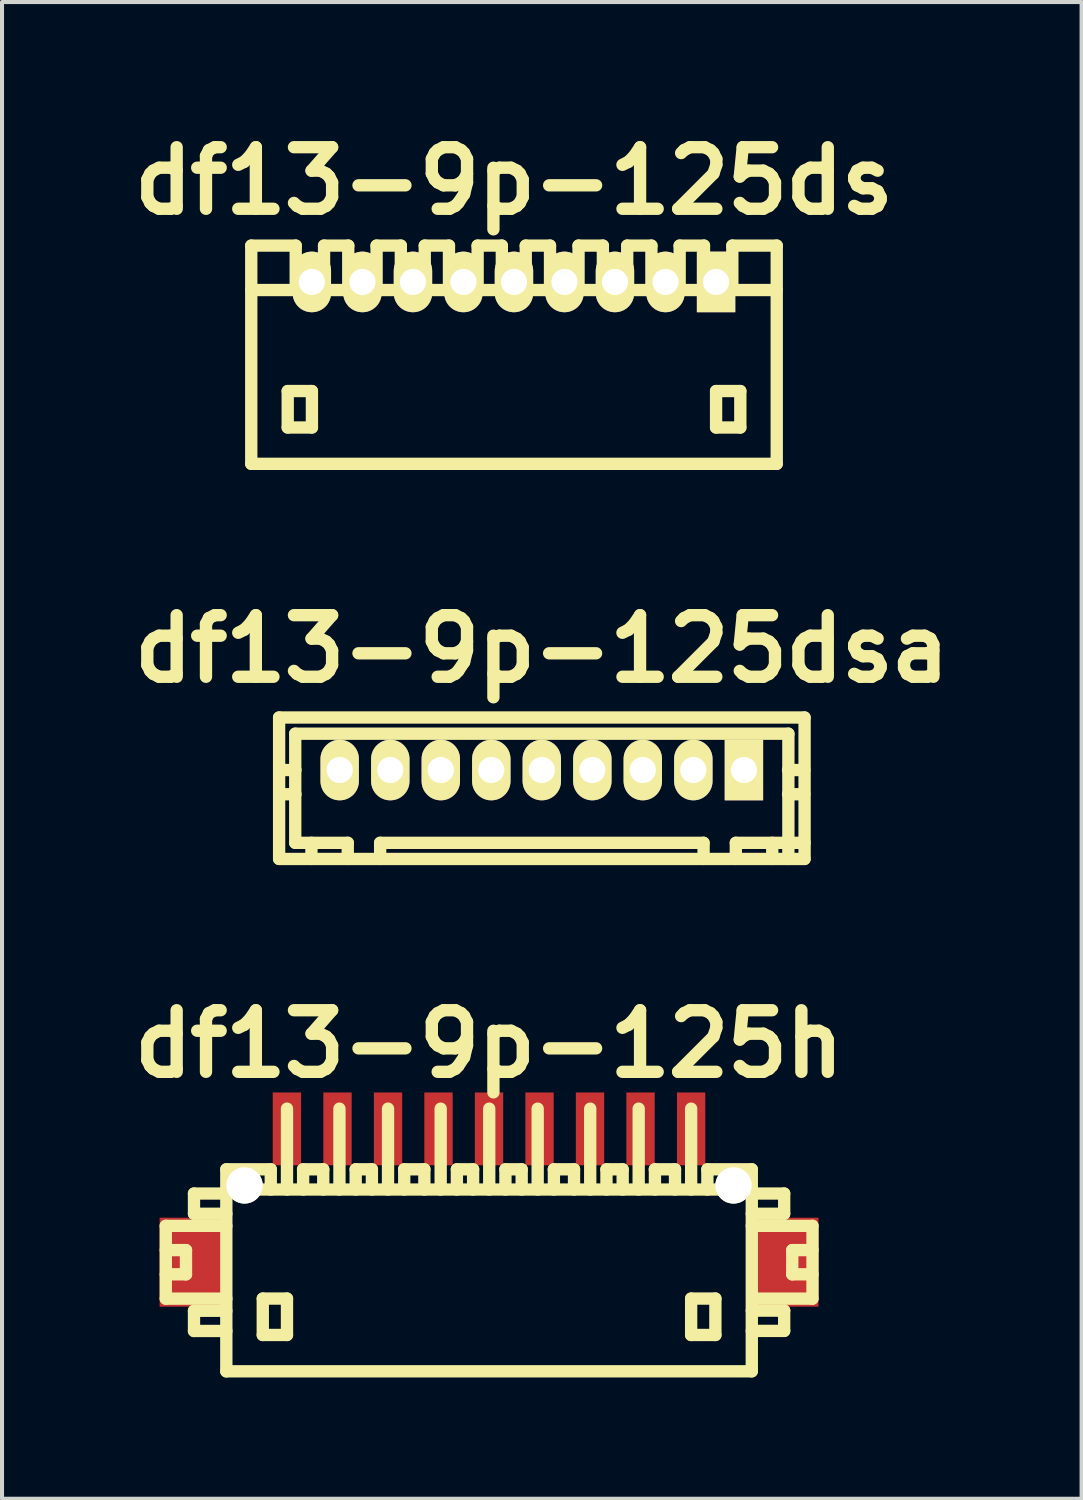
<source format=kicad_pcb>
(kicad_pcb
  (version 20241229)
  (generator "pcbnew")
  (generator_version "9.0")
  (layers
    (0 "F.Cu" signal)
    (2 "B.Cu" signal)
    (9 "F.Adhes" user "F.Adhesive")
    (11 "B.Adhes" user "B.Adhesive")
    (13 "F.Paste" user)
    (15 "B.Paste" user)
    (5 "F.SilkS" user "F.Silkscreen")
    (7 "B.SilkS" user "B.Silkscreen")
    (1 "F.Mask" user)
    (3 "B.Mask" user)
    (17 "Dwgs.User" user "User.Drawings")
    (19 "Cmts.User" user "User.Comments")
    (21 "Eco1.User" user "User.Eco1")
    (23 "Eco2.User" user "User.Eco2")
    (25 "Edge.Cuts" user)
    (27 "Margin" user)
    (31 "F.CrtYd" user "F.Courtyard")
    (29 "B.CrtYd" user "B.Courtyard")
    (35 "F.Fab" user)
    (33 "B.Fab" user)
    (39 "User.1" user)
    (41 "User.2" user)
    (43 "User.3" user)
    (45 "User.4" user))
  (footprint "df13-9p-125ds"
    (layer "F.Cu")
    (at 9.667 5.727)
    (property "Reference" "df13-9p-125ds" (at 0 -4.3 0) (layer "F.SilkS") (effects (font (size 1.524 1.524) (thickness 0.305))))
    (attr through_hole)
    (fp_line (start -6.5 -1.6) (end 6.5 -1.6) (stroke (width 0.305) (type solid)) (layer "F.SilkS"))
    (fp_line (start -6.5 2.7) (end -6.5 -2.7) (stroke (width 0.305) (type solid)) (layer "F.SilkS"))
    (fp_line (start -5.598 0.899) (end -5.598 1.801) (stroke (width 0.305) (type solid)) (layer "F.SilkS"))
    (fp_line (start -5.598 1.801) (end -4.999 1.801) (stroke (width 0.305) (type solid)) (layer "F.SilkS"))
    (fp_line (start -5.4 -2.7) (end -6.5 -2.7) (stroke (width 0.305) (type solid)) (layer "F.SilkS"))
    (fp_line (start -5.4 -1.6) (end -5.4 -2.7) (stroke (width 0.305) (type solid)) (layer "F.SilkS"))
    (fp_line (start -4.999 0.899) (end -5.598 0.899) (stroke (width 0.305) (type solid)) (layer "F.SilkS"))
    (fp_line (start -4.999 1.801) (end -4.999 0.899) (stroke (width 0.305) (type solid)) (layer "F.SilkS"))
    (fp_line (start -4.699 -2.7) (end -4.699 -1.6) (stroke (width 0.305) (type solid)) (layer "F.SilkS"))
    (fp_line (start -4.1 -2.7) (end -4.699 -2.7) (stroke (width 0.305) (type solid)) (layer "F.SilkS"))
    (fp_line (start -4.1 -2.7) (end -4.1 -1.6) (stroke (width 0.305) (type solid)) (layer "F.SilkS"))
    (fp_line (start -3.399 -2.7) (end -3.399 -1.6) (stroke (width 0.305) (type solid)) (layer "F.SilkS"))
    (fp_line (start -2.799 -2.7) (end -3.399 -2.7) (stroke (width 0.305) (type solid)) (layer "F.SilkS"))
    (fp_line (start -2.799 -1.6) (end -2.799 -2.7) (stroke (width 0.305) (type solid)) (layer "F.SilkS"))
    (fp_line (start -2.207 -1.6) (end -2.207 -2.7) (stroke (width 0.305) (type solid)) (layer "F.SilkS"))
    (fp_line (start -1.608 -2.7) (end -2.207 -2.7) (stroke (width 0.305) (type solid)) (layer "F.SilkS"))
    (fp_line (start -1.608 -1.6) (end -1.608 -2.7) (stroke (width 0.305) (type solid)) (layer "F.SilkS"))
    (fp_line (start -0.899 -2.7) (end -0.3 -2.7) (stroke (width 0.305) (type solid)) (layer "F.SilkS"))
    (fp_line (start -0.899 -1.6) (end -0.899 -2.7) (stroke (width 0.305) (type solid)) (layer "F.SilkS"))
    (fp_line (start -0.3 -2.7) (end -0.3 -1.6) (stroke (width 0.305) (type solid)) (layer "F.SilkS"))
    (fp_line (start 0.292 -2.7) (end 0.892 -2.7) (stroke (width 0.305) (type solid)) (layer "F.SilkS"))
    (fp_line (start 0.292 -1.6) (end 0.292 -2.7) (stroke (width 0.305) (type solid)) (layer "F.SilkS"))
    (fp_line (start 0.892 -2.7) (end 0.892 -1.6) (stroke (width 0.305) (type solid)) (layer "F.SilkS"))
    (fp_line (start 1.598 -2.7) (end 2.2 -2.7) (stroke (width 0.305) (type solid)) (layer "F.SilkS"))
    (fp_line (start 1.598 -1.6) (end 1.598 -2.7) (stroke (width 0.305) (type solid)) (layer "F.SilkS"))
    (fp_line (start 2.2 -2.7) (end 2.2 -1.6) (stroke (width 0.305) (type solid)) (layer "F.SilkS"))
    (fp_line (start 2.802 -2.7) (end 3.401 -2.7) (stroke (width 0.305) (type solid)) (layer "F.SilkS"))
    (fp_line (start 2.802 -1.6) (end 2.802 -2.7) (stroke (width 0.305) (type solid)) (layer "F.SilkS"))
    (fp_line (start 3.401 -2.7) (end 3.401 -1.6) (stroke (width 0.305) (type solid)) (layer "F.SilkS"))
    (fp_line (start 4.1 -2.7) (end 4.702 -2.7) (stroke (width 0.305) (type solid)) (layer "F.SilkS"))
    (fp_line (start 4.1 -1.6) (end 4.1 -2.7) (stroke (width 0.305) (type solid)) (layer "F.SilkS"))
    (fp_line (start 4.702 -2.7) (end 4.702 -1.6) (stroke (width 0.305) (type solid)) (layer "F.SilkS"))
    (fp_line (start 5.001 0.899) (end 5.601 0.899) (stroke (width 0.305) (type solid)) (layer "F.SilkS"))
    (fp_line (start 5.001 1.801) (end 5.001 0.899) (stroke (width 0.305) (type solid)) (layer "F.SilkS"))
    (fp_line (start 5.403 -1.6) (end 5.403 -2.7) (stroke (width 0.305) (type solid)) (layer "F.SilkS"))
    (fp_line (start 5.601 0.899) (end 5.601 1.801) (stroke (width 0.305) (type solid)) (layer "F.SilkS"))
    (fp_line (start 5.601 1.801) (end 5.001 1.801) (stroke (width 0.305) (type solid)) (layer "F.SilkS"))
    (fp_line (start 6.5 2.7) (end -6.5 2.7) (stroke (width 0.305) (type solid)) (layer "F.SilkS"))
    (fp_line (start 6.502 -2.7) (end 5.403 -2.7) (stroke (width 0.305) (type solid)) (layer "F.SilkS"))
    (fp_line (start 6.502 2.7) (end 6.502 -2.7) (stroke (width 0.305) (type solid)) (layer "F.SilkS"))
    (pad "1" thru_hole rect (at 5.001 -1.801) (size 0.95 1.499) (drill 0.648) (layers "*.Cu" "*.Mask" "F.SilkS"))
    (pad "2" thru_hole oval (at 3.749 -1.801) (size 0.95 1.499) (drill 0.648) (layers "*.Cu" "*.Mask" "F.SilkS"))
    (pad "3" thru_hole oval (at 2.499 -1.801) (size 0.95 1.499) (drill 0.648) (layers "*.Cu" "*.Mask" "F.SilkS"))
    (pad "4" thru_hole oval (at 1.25 -1.801) (size 0.95 1.499) (drill 0.648) (layers "*.Cu" "*.Mask" "F.SilkS"))
    (pad "5" thru_hole oval (at 0 -1.801) (size 0.95 1.499) (drill 0.648) (layers "*.Cu" "*.Mask" "F.SilkS"))
    (pad "6" thru_hole oval (at -1.25 -1.801) (size 0.95 1.499) (drill 0.648) (layers "*.Cu" "*.Mask" "F.SilkS"))
    (pad "7" thru_hole oval (at -2.499 -1.801) (size 0.95 1.499) (drill 0.648) (layers "*.Cu" "*.Mask" "F.SilkS"))
    (pad "8" thru_hole oval (at -3.749 -1.801) (size 0.95 1.499) (drill 0.648) (layers "*.Cu" "*.Mask" "F.SilkS"))
    (pad "9" thru_hole oval (at -5.001 -1.801) (size 0.95 1.499) (drill 0.648) (layers "*.Cu" "*.Mask" "F.SilkS")))
  (footprint "df13-9p-125dsa"
    (layer "F.Cu")
    (at 10.356 16.003)
    (property "Reference" "df13-9p-125dsa" (at 0 -2.997 0) (layer "F.SilkS") (effects (font (size 1.524 1.524) (thickness 0.305))))
    (attr through_hole)
    (fp_line (start -6.5 -1.3) (end 6.5 -1.3) (stroke (width 0.305) (type solid)) (layer "F.SilkS"))
    (fp_line (start -6.5 2.2) (end -6.5 -1.3) (stroke (width 0.305) (type solid)) (layer "F.SilkS"))
    (fp_line (start -6.5 2.2) (end 6.5 2.2) (stroke (width 0.305) (type solid)) (layer "F.SilkS"))
    (fp_line (start -6.101 -0.899) (end -6.101 1.801) (stroke (width 0.305) (type solid)) (layer "F.SilkS"))
    (fp_line (start -6.096 0) (end -6.497 0) (stroke (width 0.305) (type solid)) (layer "F.SilkS"))
    (fp_line (start -6.096 0.599) (end -6.497 0.599) (stroke (width 0.305) (type solid)) (layer "F.SilkS"))
    (fp_line (start -5.7 1.801) (end -5.7 2.2) (stroke (width 0.305) (type solid)) (layer "F.SilkS"))
    (fp_line (start -5.1 -0.099) (end -5.1 0.099) (stroke (width 0.305) (type solid)) (layer "F.SilkS"))
    (fp_line (start -5.1 0.099) (end -4.9 0.099) (stroke (width 0.305) (type solid)) (layer "F.SilkS"))
    (fp_line (start -4.9 -0.099) (end -5.1 -0.099) (stroke (width 0.305) (type solid)) (layer "F.SilkS"))
    (fp_line (start -4.9 0.099) (end -4.9 -0.099) (stroke (width 0.305) (type solid)) (layer "F.SilkS"))
    (fp_line (start -4.801 1.801) (end -6.101 1.801) (stroke (width 0.305) (type solid)) (layer "F.SilkS"))
    (fp_line (start -4.801 1.801) (end -4.801 2.2) (stroke (width 0.305) (type solid)) (layer "F.SilkS"))
    (fp_line (start -4 2.2) (end -4 1.801) (stroke (width 0.305) (type solid)) (layer "F.SilkS"))
    (fp_line (start -3.8 -0.099) (end -3.8 0.099) (stroke (width 0.305) (type solid)) (layer "F.SilkS"))
    (fp_line (start -3.8 0.099) (end -3.599 0.099) (stroke (width 0.305) (type solid)) (layer "F.SilkS"))
    (fp_line (start -3.599 -0.099) (end -3.8 -0.099) (stroke (width 0.305) (type solid)) (layer "F.SilkS"))
    (fp_line (start -3.599 0.099) (end -3.599 -0.099) (stroke (width 0.305) (type solid)) (layer "F.SilkS"))
    (fp_line (start -2.601 -0.099) (end -2.601 0.099) (stroke (width 0.305) (type solid)) (layer "F.SilkS"))
    (fp_line (start -2.601 0.099) (end -2.4 0.099) (stroke (width 0.305) (type solid)) (layer "F.SilkS"))
    (fp_line (start -2.4 -0.099) (end -2.601 -0.099) (stroke (width 0.305) (type solid)) (layer "F.SilkS"))
    (fp_line (start -2.4 0.099) (end -2.4 -0.099) (stroke (width 0.305) (type solid)) (layer "F.SilkS"))
    (fp_line (start -1.3 -0.099) (end -1.3 0.099) (stroke (width 0.305) (type solid)) (layer "F.SilkS"))
    (fp_line (start -1.3 0.099) (end -1.1 0.099) (stroke (width 0.305) (type solid)) (layer "F.SilkS"))
    (fp_line (start -1.1 -0.099) (end -1.3 -0.099) (stroke (width 0.305) (type solid)) (layer "F.SilkS"))
    (fp_line (start -1.1 0.099) (end -1.1 -0.099) (stroke (width 0.305) (type solid)) (layer "F.SilkS"))
    (fp_line (start -0.099 -0.099) (end 0.099 -0.099) (stroke (width 0.305) (type solid)) (layer "F.SilkS"))
    (fp_line (start -0.099 0.099) (end -0.099 -0.099) (stroke (width 0.305) (type solid)) (layer "F.SilkS"))
    (fp_line (start 0.099 -0.099) (end 0.099 0.099) (stroke (width 0.305) (type solid)) (layer "F.SilkS"))
    (fp_line (start 0.099 0.099) (end -0.099 0.099) (stroke (width 0.305) (type solid)) (layer "F.SilkS"))
    (fp_line (start 1.1 -0.099) (end 1.3 -0.099) (stroke (width 0.305) (type solid)) (layer "F.SilkS"))
    (fp_line (start 1.1 0.099) (end 1.1 -0.099) (stroke (width 0.305) (type solid)) (layer "F.SilkS"))
    (fp_line (start 1.3 -0.099) (end 1.3 0.099) (stroke (width 0.305) (type solid)) (layer "F.SilkS"))
    (fp_line (start 1.3 0.099) (end 1.1 0.099) (stroke (width 0.305) (type solid)) (layer "F.SilkS"))
    (fp_line (start 2.4 -0.099) (end 2.601 -0.099) (stroke (width 0.305) (type solid)) (layer "F.SilkS"))
    (fp_line (start 2.4 0.099) (end 2.4 -0.099) (stroke (width 0.305) (type solid)) (layer "F.SilkS"))
    (fp_line (start 2.601 -0.099) (end 2.601 0.099) (stroke (width 0.305) (type solid)) (layer "F.SilkS"))
    (fp_line (start 2.601 0.099) (end 2.4 0.099) (stroke (width 0.305) (type solid)) (layer "F.SilkS"))
    (fp_line (start 3.599 -0.099) (end 3.8 -0.099) (stroke (width 0.305) (type solid)) (layer "F.SilkS"))
    (fp_line (start 3.599 0.099) (end 3.599 -0.099) (stroke (width 0.305) (type solid)) (layer "F.SilkS"))
    (fp_line (start 3.8 -0.099) (end 3.8 0.099) (stroke (width 0.305) (type solid)) (layer "F.SilkS"))
    (fp_line (start 3.8 0.099) (end 3.599 0.099) (stroke (width 0.305) (type solid)) (layer "F.SilkS"))
    (fp_line (start 4 1.801) (end -4 1.801) (stroke (width 0.305) (type solid)) (layer "F.SilkS"))
    (fp_line (start 4.003 2.2) (end 4.003 1.801) (stroke (width 0.305) (type solid)) (layer "F.SilkS"))
    (fp_line (start 4.801 1.801) (end 4.801 2.2) (stroke (width 0.305) (type solid)) (layer "F.SilkS"))
    (fp_line (start 4.801 1.801) (end 6.502 1.801) (stroke (width 0.305) (type solid)) (layer "F.SilkS"))
    (fp_line (start 4.9 -0.099) (end 5.1 -0.099) (stroke (width 0.305) (type solid)) (layer "F.SilkS"))
    (fp_line (start 4.9 0.099) (end 4.9 -0.099) (stroke (width 0.305) (type solid)) (layer "F.SilkS"))
    (fp_line (start 5.1 -0.099) (end 5.1 0.099) (stroke (width 0.305) (type solid)) (layer "F.SilkS"))
    (fp_line (start 5.1 0.099) (end 4.9 0.099) (stroke (width 0.305) (type solid)) (layer "F.SilkS"))
    (fp_line (start 5.702 1.801) (end 5.702 2.2) (stroke (width 0.305) (type solid)) (layer "F.SilkS"))
    (fp_line (start 6.093 0) (end 6.495 0) (stroke (width 0.305) (type solid)) (layer "F.SilkS"))
    (fp_line (start 6.101 -0.899) (end -6.101 -0.899) (stroke (width 0.305) (type solid)) (layer "F.SilkS"))
    (fp_line (start 6.101 -0.899) (end 6.101 2.2) (stroke (width 0.305) (type solid)) (layer "F.SilkS"))
    (fp_line (start 6.495 0.599) (end 6.093 0.599) (stroke (width 0.305) (type solid)) (layer "F.SilkS"))
    (fp_line (start 6.502 -1.3) (end 6.502 2.2) (stroke (width 0.305) (type solid)) (layer "F.SilkS"))
    (pad "1" thru_hole rect (at 5.001 0) (size 0.95 1.499) (drill 0.648) (layers "*.Cu" "*.Mask" "F.SilkS"))
    (pad "2" thru_hole oval (at 3.749 0) (size 0.95 1.499) (drill 0.648) (layers "*.Cu" "*.Mask" "F.SilkS"))
    (pad "3" thru_hole oval (at 2.499 0) (size 0.95 1.499) (drill 0.648) (layers "*.Cu" "*.Mask" "F.SilkS"))
    (pad "4" thru_hole oval (at 1.25 0) (size 0.95 1.499) (drill 0.648) (layers "*.Cu" "*.Mask" "F.SilkS"))
    (pad "5" thru_hole oval (at 0 0) (size 0.95 1.499) (drill 0.648) (layers "*.Cu" "*.Mask" "F.SilkS"))
    (pad "6" thru_hole oval (at -1.25 0) (size 0.95 1.499) (drill 0.648) (layers "*.Cu" "*.Mask" "F.SilkS"))
    (pad "7" thru_hole oval (at -2.499 0) (size 0.95 1.499) (drill 0.648) (layers "*.Cu" "*.Mask" "F.SilkS"))
    (pad "8" thru_hole oval (at -3.749 0) (size 0.95 1.499) (drill 0.648) (layers "*.Cu" "*.Mask" "F.SilkS"))
    (pad "9" thru_hole oval (at -5.001 0) (size 0.95 1.499) (drill 0.648) (layers "*.Cu" "*.Mask" "F.SilkS")))
  (footprint "df13-9p-125h"
    (layer "F.Cu")
    (at 9.05 28.382)
    (property "Reference" "df13-9p-125h" (at 0 -5.601 0) (layer "F.SilkS") (effects (font (size 1.524 1.524) (thickness 0.305))))
    (attr through_hole)
    (fp_line (start -7.998 -1.1) (end -7.998 0.701) (stroke (width 0.305) (type solid)) (layer "F.SilkS"))
    (fp_line (start -7.998 0.701) (end -6.5 0.701) (stroke (width 0.305) (type solid)) (layer "F.SilkS"))
    (fp_line (start -7.498 -0.5) (end -7.998 -0.5) (stroke (width 0.305) (type solid)) (layer "F.SilkS"))
    (fp_line (start -7.498 0.099) (end -7.998 0.099) (stroke (width 0.305) (type solid)) (layer "F.SilkS"))
    (fp_line (start -7.498 0.099) (end -7.498 -0.5) (stroke (width 0.305) (type solid)) (layer "F.SilkS"))
    (fp_line (start -7.3 -1.9) (end -7.3 -1.4) (stroke (width 0.305) (type solid)) (layer "F.SilkS"))
    (fp_line (start -7.3 -1.9) (end -6.5 -1.9) (stroke (width 0.305) (type solid)) (layer "F.SilkS"))
    (fp_line (start -7.3 1.001) (end -7.3 1.501) (stroke (width 0.305) (type solid)) (layer "F.SilkS"))
    (fp_line (start -7.3 1.501) (end -6.5 1.501) (stroke (width 0.305) (type solid)) (layer "F.SilkS"))
    (fp_line (start -6.5 -1.999) (end 6.5 -1.999) (stroke (width 0.305) (type solid)) (layer "F.SilkS"))
    (fp_line (start -6.5 -1.4) (end -7.3 -1.4) (stroke (width 0.305) (type solid)) (layer "F.SilkS"))
    (fp_line (start -6.5 -1.1) (end -7.998 -1.1) (stroke (width 0.305) (type solid)) (layer "F.SilkS"))
    (fp_line (start -6.5 1.001) (end -7.3 1.001) (stroke (width 0.305) (type solid)) (layer "F.SilkS"))
    (fp_line (start -6.5 2.499) (end -6.5 -2.499) (stroke (width 0.305) (type solid)) (layer "F.SilkS"))
    (fp_line (start -5.598 0.699) (end -5.598 1.6) (stroke (width 0.305) (type solid)) (layer "F.SilkS"))
    (fp_line (start -5.598 1.6) (end -4.999 1.6) (stroke (width 0.305) (type solid)) (layer "F.SilkS"))
    (fp_line (start -5.4 -2.499) (end -6.5 -2.499) (stroke (width 0.305) (type solid)) (layer "F.SilkS"))
    (fp_line (start -5.4 -2.499) (end -5.4 -1.999) (stroke (width 0.305) (type solid)) (layer "F.SilkS"))
    (fp_line (start -4.999 -4) (end -4.999 -1.999) (stroke (width 0.305) (type solid)) (layer "F.SilkS"))
    (fp_line (start -4.999 0.699) (end -5.598 0.699) (stroke (width 0.305) (type solid)) (layer "F.SilkS"))
    (fp_line (start -4.999 1.6) (end -4.999 0.699) (stroke (width 0.305) (type solid)) (layer "F.SilkS"))
    (fp_line (start -4.602 -2.499) (end -4.102 -2.499) (stroke (width 0.305) (type solid)) (layer "F.SilkS"))
    (fp_line (start -4.6 -1.999) (end -4.6 -2.499) (stroke (width 0.305) (type solid)) (layer "F.SilkS"))
    (fp_line (start -4.102 -2.499) (end -4.102 -1.999) (stroke (width 0.305) (type solid)) (layer "F.SilkS"))
    (fp_line (start -3.701 -1.999) (end -3.701 -4) (stroke (width 0.305) (type solid)) (layer "F.SilkS"))
    (fp_line (start -3.299 -2.499) (end -3.299 -1.999) (stroke (width 0.305) (type solid)) (layer "F.SilkS"))
    (fp_line (start -2.898 -2.499) (end -3.299 -2.499) (stroke (width 0.305) (type solid)) (layer "F.SilkS"))
    (fp_line (start -2.898 -2.499) (end -2.898 -1.999) (stroke (width 0.305) (type solid)) (layer "F.SilkS"))
    (fp_line (start -2.499 -1.999) (end -2.499 -4) (stroke (width 0.305) (type solid)) (layer "F.SilkS"))
    (fp_line (start -2.101 -2.499) (end -1.6 -2.499) (stroke (width 0.305) (type solid)) (layer "F.SilkS"))
    (fp_line (start -2.098 -1.999) (end -2.098 -2.499) (stroke (width 0.305) (type solid)) (layer "F.SilkS"))
    (fp_line (start -1.6 -2.499) (end -1.6 -1.999) (stroke (width 0.305) (type solid)) (layer "F.SilkS"))
    (fp_line (start -1.196 -1.999) (end -1.196 -4) (stroke (width 0.305) (type solid)) (layer "F.SilkS"))
    (fp_line (start -0.795 -2.499) (end -0.795 -1.999) (stroke (width 0.305) (type solid)) (layer "F.SilkS"))
    (fp_line (start -0.394 -2.499) (end -0.795 -2.499) (stroke (width 0.305) (type solid)) (layer "F.SilkS"))
    (fp_line (start -0.394 -2.499) (end -0.394 -1.999) (stroke (width 0.305) (type solid)) (layer "F.SilkS"))
    (fp_line (start 0.005 -1.999) (end 0.005 -4) (stroke (width 0.305) (type solid)) (layer "F.SilkS"))
    (fp_line (start 0.406 -2.499) (end 0.406 -1.999) (stroke (width 0.305) (type solid)) (layer "F.SilkS"))
    (fp_line (start 0.808 -2.499) (end 0.406 -2.499) (stroke (width 0.305) (type solid)) (layer "F.SilkS"))
    (fp_line (start 0.808 -2.499) (end 0.808 -1.999) (stroke (width 0.305) (type solid)) (layer "F.SilkS"))
    (fp_line (start 1.204 -1.999) (end 1.204 -4) (stroke (width 0.305) (type solid)) (layer "F.SilkS"))
    (fp_line (start 1.603 -2.499) (end 2.103 -2.499) (stroke (width 0.305) (type solid)) (layer "F.SilkS"))
    (fp_line (start 1.605 -1.999) (end 1.605 -2.499) (stroke (width 0.305) (type solid)) (layer "F.SilkS"))
    (fp_line (start 2.103 -2.499) (end 2.103 -1.999) (stroke (width 0.305) (type solid)) (layer "F.SilkS"))
    (fp_line (start 2.504 -1.999) (end 2.504 -4) (stroke (width 0.305) (type solid)) (layer "F.SilkS"))
    (fp_line (start 2.906 -2.499) (end 2.906 -1.999) (stroke (width 0.305) (type solid)) (layer "F.SilkS"))
    (fp_line (start 3.307 -2.499) (end 2.906 -2.499) (stroke (width 0.305) (type solid)) (layer "F.SilkS"))
    (fp_line (start 3.307 -2.499) (end 3.307 -1.999) (stroke (width 0.305) (type solid)) (layer "F.SilkS"))
    (fp_line (start 3.703 -1.999) (end 3.703 -4) (stroke (width 0.305) (type solid)) (layer "F.SilkS"))
    (fp_line (start 4.102 -2.499) (end 4.602 -2.499) (stroke (width 0.305) (type solid)) (layer "F.SilkS"))
    (fp_line (start 4.105 -1.999) (end 4.105 -2.499) (stroke (width 0.305) (type solid)) (layer "F.SilkS"))
    (fp_line (start 4.602 -2.499) (end 4.602 -1.999) (stroke (width 0.305) (type solid)) (layer "F.SilkS"))
    (fp_line (start 5.001 -1.999) (end 5.001 -4) (stroke (width 0.305) (type solid)) (layer "F.SilkS"))
    (fp_line (start 5.001 0.699) (end 5.601 0.699) (stroke (width 0.305) (type solid)) (layer "F.SilkS"))
    (fp_line (start 5.001 1.6) (end 5.001 0.699) (stroke (width 0.305) (type solid)) (layer "F.SilkS"))
    (fp_line (start 5.403 -2.499) (end 5.403 -1.999) (stroke (width 0.305) (type solid)) (layer "F.SilkS"))
    (fp_line (start 5.601 0.699) (end 5.601 1.6) (stroke (width 0.305) (type solid)) (layer "F.SilkS"))
    (fp_line (start 5.601 1.6) (end 5.001 1.6) (stroke (width 0.305) (type solid)) (layer "F.SilkS"))
    (fp_line (start 6.5 2.499) (end -6.5 2.499) (stroke (width 0.305) (type solid)) (layer "F.SilkS"))
    (fp_line (start 6.502 -2.499) (end 5.403 -2.499) (stroke (width 0.305) (type solid)) (layer "F.SilkS"))
    (fp_line (start 6.502 -2.499) (end 6.502 2.499) (stroke (width 0.305) (type solid)) (layer "F.SilkS"))
    (fp_line (start 6.502 -1.9) (end 7.303 -1.9) (stroke (width 0.305) (type solid)) (layer "F.SilkS"))
    (fp_line (start 6.502 0.998) (end 7.303 0.998) (stroke (width 0.305) (type solid)) (layer "F.SilkS"))
    (fp_line (start 7.303 -1.9) (end 7.303 -1.4) (stroke (width 0.305) (type solid)) (layer "F.SilkS"))
    (fp_line (start 7.303 -1.4) (end 6.502 -1.4) (stroke (width 0.305) (type solid)) (layer "F.SilkS"))
    (fp_line (start 7.303 0.998) (end 7.303 1.499) (stroke (width 0.305) (type solid)) (layer "F.SilkS"))
    (fp_line (start 7.303 1.499) (end 6.502 1.499) (stroke (width 0.305) (type solid)) (layer "F.SilkS"))
    (fp_line (start 7.503 0.099) (end 7.503 -0.5) (stroke (width 0.305) (type solid)) (layer "F.SilkS"))
    (fp_line (start 8.001 -1.1) (end 6.502 -1.1) (stroke (width 0.305) (type solid)) (layer "F.SilkS"))
    (fp_line (start 8.001 0.701) (end 6.601 0.701) (stroke (width 0.305) (type solid)) (layer "F.SilkS"))
    (fp_line (start 8.004 -1.1) (end 8.004 0.701) (stroke (width 0.305) (type solid)) (layer "F.SilkS"))
    (fp_line (start 8.004 -0.5) (end 7.503 -0.5) (stroke (width 0.305) (type solid)) (layer "F.SilkS"))
    (fp_line (start 8.004 0.099) (end 7.503 0.099) (stroke (width 0.305) (type solid)) (layer "F.SilkS"))
    (pad "" smd rect (at -7.351 -0.201) (size 1.6 2.2) (layers "F.Cu" "F.Mask" "F.Paste"))
    (pad "" np_thru_hole circle (at -6.05 -2.101) (size 0.899 0.899) (drill 0.899) (layers "*.Cu" "*.Mask" "F.SilkS"))
    (pad "" np_thru_hole circle (at 6.05 -2.101) (size 0.899 0.899) (drill 0.899) (layers "*.Cu" "*.Mask" "F.SilkS"))
    (pad "" smd rect (at 7.351 -0.201) (size 1.6 2.2) (layers "F.Cu" "F.Mask" "F.Paste"))
    (pad "1" smd rect (at 5.001 -3.5) (size 0.701 1.801) (layers "F.Cu" "F.Mask" "F.Paste"))
    (pad "2" smd rect (at 3.749 -3.5) (size 0.701 1.801) (layers "F.Cu" "F.Mask" "F.Paste"))
    (pad "3" smd rect (at 2.499 -3.5) (size 0.701 1.801) (layers "F.Cu" "F.Mask" "F.Paste"))
    (pad "4" smd rect (at 1.25 -3.5) (size 0.701 1.801) (layers "F.Cu" "F.Mask" "F.Paste"))
    (pad "5" smd rect (at 0 -3.5) (size 0.701 1.801) (layers "F.Cu" "F.Mask" "F.Paste"))
    (pad "6" smd rect (at -1.25 -3.5) (size 0.701 1.801) (layers "F.Cu" "F.Mask" "F.Paste"))
    (pad "7" smd rect (at -2.499 -3.5) (size 0.701 1.801) (layers "F.Cu" "F.Mask" "F.Paste"))
    (pad "8" smd rect (at -3.749 -3.5) (size 0.701 1.801) (layers "F.Cu" "F.Mask" "F.Paste"))
    (pad "9" smd rect (at -5.001 -3.5) (size 0.701 1.801) (layers "F.Cu" "F.Mask" "F.Paste")))
  (gr_rect
    (start -3 -3)
    (end 23.712 34.034)
    (stroke (width 0.1) (type default))
    (fill no)
    (layer "Edge.Cuts")))
</source>
